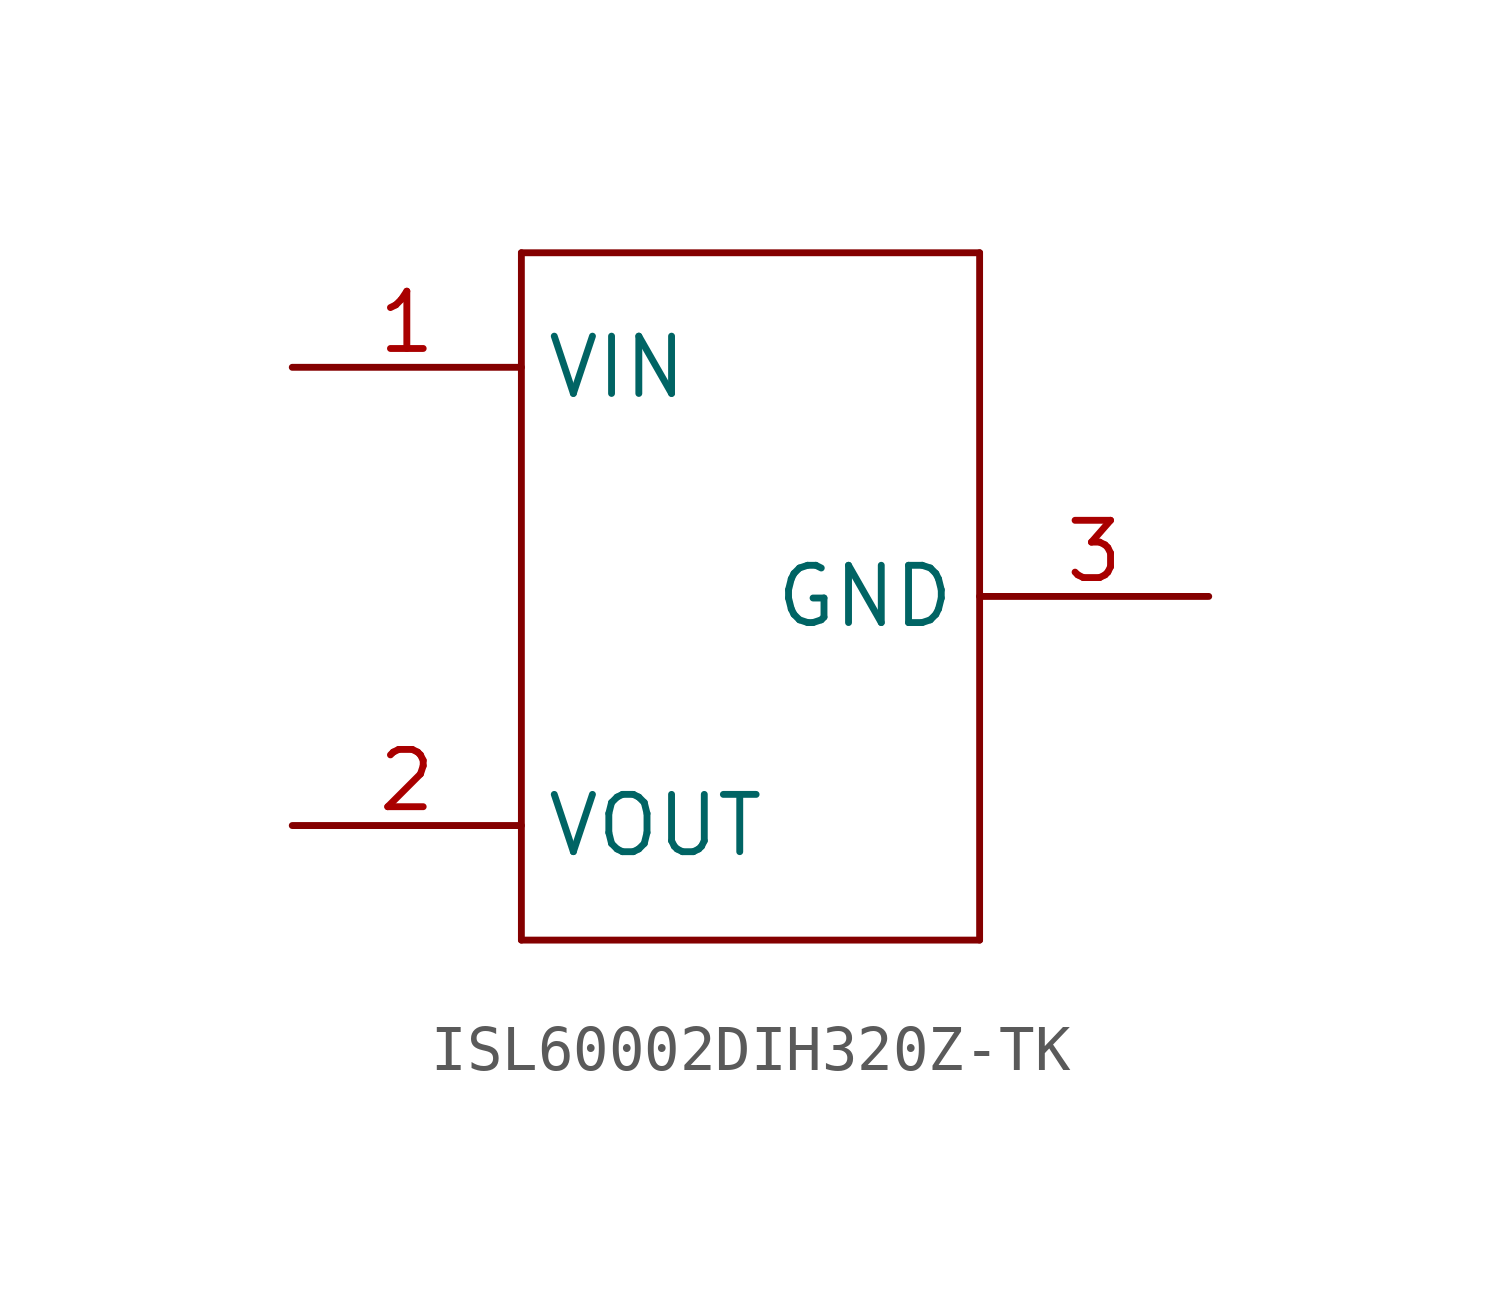
<source format=kicad_sym>
(kicad_symbol_lib
  (version 20211014)
  (generator kicad_symbol_editor)
  (symbol "ISL60002DIH320Z-TK"
    (property "Reference" ""
      (at 0 0 0)
      (effects (font (size 1.27 1.27)) hide))
    (property "ki_locked" ""
      (at 0 0 0)
      (effects (font (size 1.27 1.27))))
    (symbol "ISL60002DIH320Z-TK_1_0"
      (polyline (pts (xy -5.08 -7.62) (xy 5.08 -7.62)) (stroke (width 0.152) (type default) (color 0 0 0 0)) (fill (type none)))
      (polyline (pts (xy -5.08 7.62) (xy -5.08 -7.62)) (stroke (width 0.152) (type default) (color 0 0 0 0)) (fill (type none)))
      (polyline (pts (xy 5.08 -7.62) (xy 5.08 7.62)) (stroke (width 0.152) (type default) (color 0 0 0 0)) (fill (type none)))
      (polyline (pts (xy 5.08 7.62) (xy -5.08 7.62)) (stroke (width 0.152) (type default) (color 0 0 0 0)) (fill (type none)))
      (pin power_in line (at -10.16 5.08 0) (length 5.08) (name "VIN" (effects (font (size 1.27 1.27)))) (number "1" (effects (font (size 1.27 1.27)))))
      (pin power_in line (at -10.16 -5.08 0) (length 5.08) (name "VOUT" (effects (font (size 1.27 1.27)))) (number "2" (effects (font (size 1.27 1.27)))))
      (pin power_in line (at 10.16 0 180) (length 5.08) (name "GND" (effects (font (size 1.27 1.27)))) (number "3" (effects (font (size 1.27 1.27))))))))
</source>
